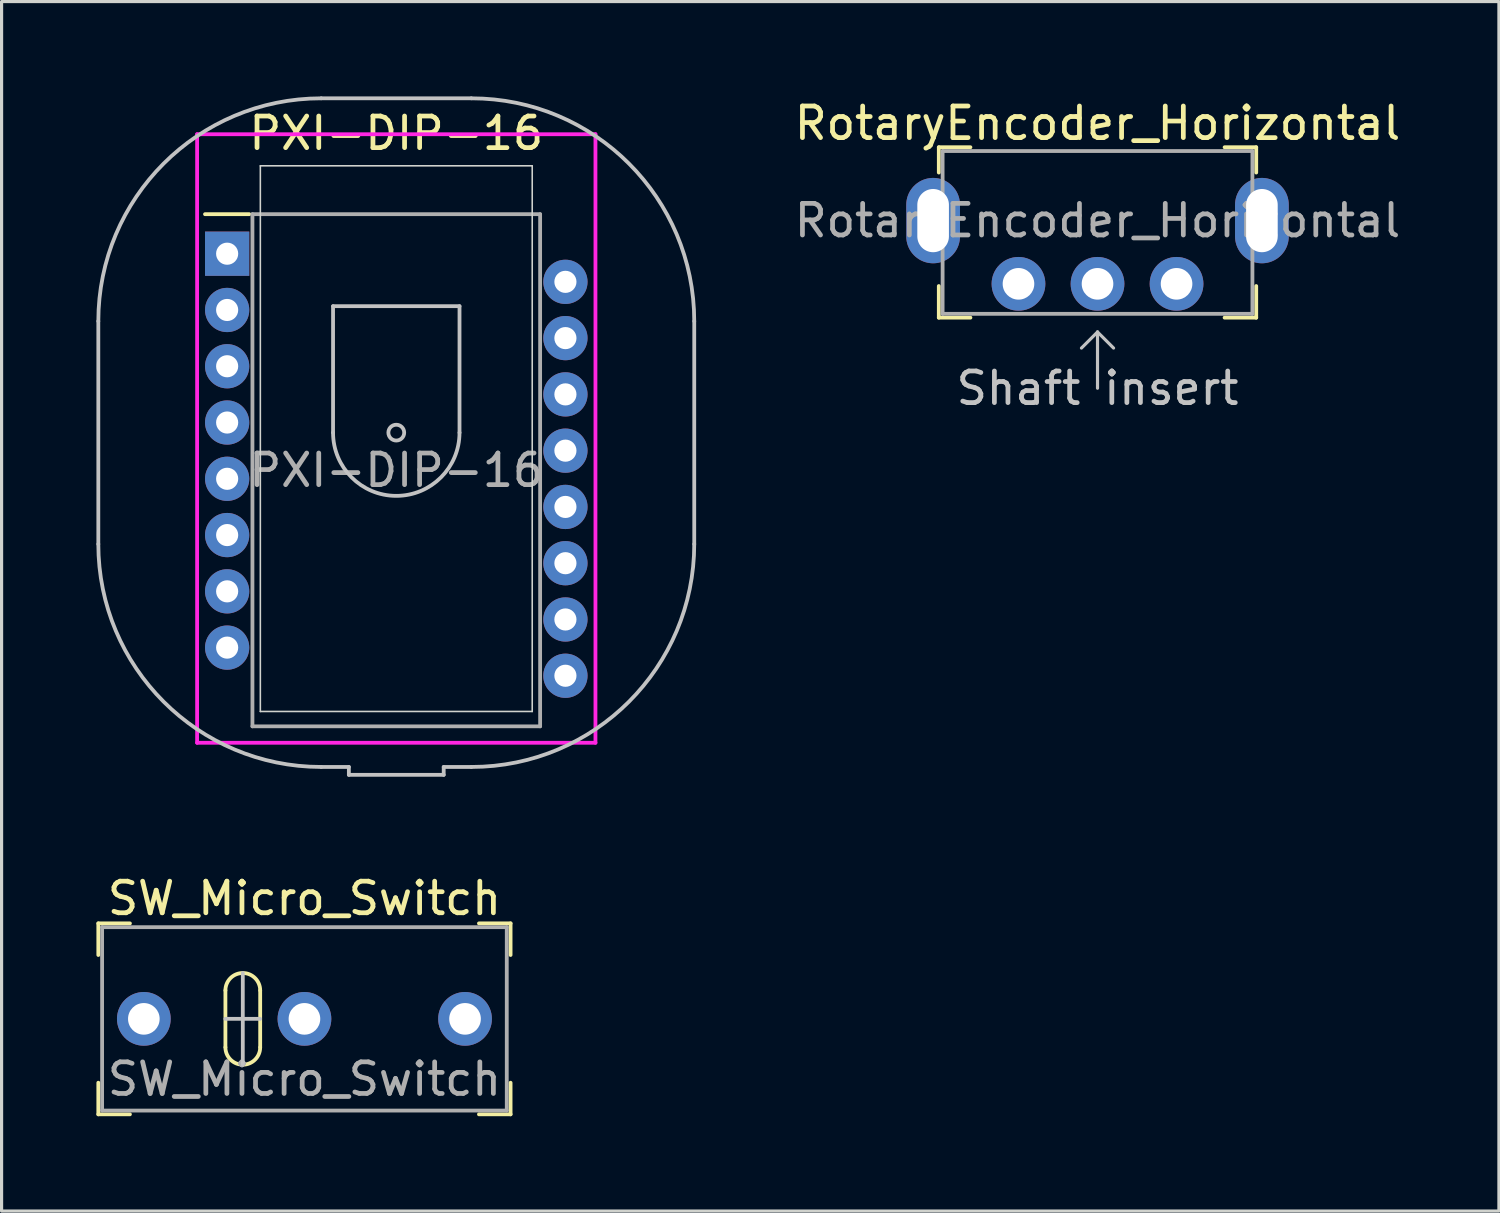
<source format=kicad_pcb>
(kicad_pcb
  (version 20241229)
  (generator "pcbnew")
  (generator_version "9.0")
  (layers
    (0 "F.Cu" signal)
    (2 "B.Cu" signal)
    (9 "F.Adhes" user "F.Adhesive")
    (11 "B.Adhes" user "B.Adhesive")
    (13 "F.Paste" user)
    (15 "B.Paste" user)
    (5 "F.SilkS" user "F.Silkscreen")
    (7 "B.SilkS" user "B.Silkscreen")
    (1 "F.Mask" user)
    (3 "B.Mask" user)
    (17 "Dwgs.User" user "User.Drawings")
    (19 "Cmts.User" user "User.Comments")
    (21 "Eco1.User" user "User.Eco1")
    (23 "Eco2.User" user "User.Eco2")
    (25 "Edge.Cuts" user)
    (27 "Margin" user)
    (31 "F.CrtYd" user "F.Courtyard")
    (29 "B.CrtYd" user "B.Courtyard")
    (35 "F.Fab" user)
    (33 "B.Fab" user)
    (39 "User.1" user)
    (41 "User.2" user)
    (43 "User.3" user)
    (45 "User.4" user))
  (footprint "PXI-DIP-16"
    (layer "F.Cu")
    (at 4.135 4.975)
    (property "Reference" "PXI-DIP-16" (at 5.35 -3.81 0) (layer "F.SilkS") (effects (font (size 1 1) (thickness 0.15))))
    (attr through_hole)
    (fp_line (start 0.7 -1.25) (end -0.7 -1.25) (stroke (width 0.12) (type solid)) (layer "F.SilkS"))
    (fp_line (start -4.075 9.185) (end -4.075 2.135) (stroke (width 0.12) (type solid)) (layer "Dwgs.User"))
    (fp_line (start 3.35 1.66) (end 7.35 1.66) (stroke (width 0.12) (type solid)) (layer "Dwgs.User"))
    (fp_line (start 3.35 5.66) (end 3.35 1.66) (stroke (width 0.12) (type solid)) (layer "Dwgs.User"))
    (fp_line (start 3.85 16.235) (end 2.975 16.235) (stroke (width 0.12) (type solid)) (layer "Dwgs.User"))
    (fp_line (start 3.85 16.485) (end 3.85 16.235) (stroke (width 0.12) (type solid)) (layer "Dwgs.User"))
    (fp_line (start 6.85 16.485) (end 3.85 16.485) (stroke (width 0.12) (type solid)) (layer "Dwgs.User"))
    (fp_line (start 6.85 16.485) (end 6.85 16.235) (stroke (width 0.12) (type solid)) (layer "Dwgs.User"))
    (fp_line (start 7.35 1.66) (end 7.35 5.66) (stroke (width 0.12) (type solid)) (layer "Dwgs.User"))
    (fp_line (start 7.725 -4.915) (end 2.975 -4.915) (stroke (width 0.12) (type solid)) (layer "Dwgs.User"))
    (fp_line (start 7.725 16.235) (end 6.85 16.235) (stroke (width 0.12) (type solid)) (layer "Dwgs.User"))
    (fp_line (start 14.775 9.185) (end 14.775 2.135) (stroke (width 0.12) (type solid)) (layer "Dwgs.User"))
    (fp_arc (start -4.075 2.135) (mid -2.010103 -2.850103) (end 2.975 -4.915) (stroke (width 0.12) (type solid)) (layer "Dwgs.User"))
    (fp_arc (start 2.975 16.235) (mid -2.010103 14.170103) (end -4.075 9.185) (stroke (width 0.12) (type solid)) (layer "Dwgs.User"))
    (fp_arc (start 7.35 5.66) (mid 5.35 7.66) (end 3.35 5.66) (stroke (width 0.12) (type solid)) (layer "Dwgs.User"))
    (fp_arc (start 7.725 -4.915) (mid 12.710103 -2.850103) (end 14.775 2.135) (stroke (width 0.12) (type solid)) (layer "Dwgs.User"))
    (fp_arc (start 14.775 9.185) (mid 12.710103 14.170103) (end 7.725 16.235) (stroke (width 0.12) (type solid)) (layer "Dwgs.User"))
    (fp_circle (center 5.35 5.66) (end 5.6 5.66) (stroke (width 0.12) (type solid)) (fill no) (layer "Dwgs.User"))
    (fp_line (start 1.05 -2.78) (end 9.65 -2.78) (stroke (width 0.05) (type solid)) (layer "Edge.Cuts"))
    (fp_line (start 1.05 14.48) (end 1.05 -2.78) (stroke (width 0.05) (type solid)) (layer "Edge.Cuts"))
    (fp_line (start 1.05 14.48) (end 9.65 14.48) (stroke (width 0.05) (type solid)) (layer "Edge.Cuts"))
    (fp_line (start 9.65 -2.78) (end 9.65 14.48) (stroke (width 0.05) (type solid)) (layer "Edge.Cuts"))
    (fp_line (start -0.95 -3.78) (end 11.65 -3.78) (stroke (width 0.12) (type solid)) (layer "F.CrtYd"))
    (fp_line (start -0.95 15.47) (end -0.95 -3.78) (stroke (width 0.12) (type solid)) (layer "F.CrtYd"))
    (fp_line (start 11.65 -3.78) (end 11.65 15.47) (stroke (width 0.12) (type solid)) (layer "F.CrtYd"))
    (fp_line (start 11.65 15.47) (end -0.95 15.47) (stroke (width 0.12) (type solid)) (layer "F.CrtYd"))
    (fp_line (start 0.8 -1.25) (end 9.9 -1.25) (stroke (width 0.12) (type solid)) (layer "F.Fab"))
    (fp_line (start 0.8 14.95) (end 0.8 -1.25) (stroke (width 0.12) (type solid)) (layer "F.Fab"))
    (fp_line (start 0.8 14.95) (end 9.9 14.95) (stroke (width 0.12) (type solid)) (layer "F.Fab"))
    (fp_line (start 9.9 -1.25) (end 9.9 14.95) (stroke (width 0.12) (type solid)) (layer "F.Fab"))
    (fp_text user "${REFERENCE}" (at 5.35 6.85 0) (layer "F.Fab") (effects (font (size 1 1) (thickness 0.15))))
    (pad "1" thru_hole rect (at 0 0) (size 1.4 1.4) (drill 0.7) (layers "*.Cu" "*.Mask"))
    (pad "2" thru_hole circle (at 0 1.78) (size 1.4 1.4) (drill 0.7) (layers "*.Cu" "*.Mask"))
    (pad "3" thru_hole circle (at 0 3.56) (size 1.4 1.4) (drill 0.7) (layers "*.Cu" "*.Mask"))
    (pad "4" thru_hole circle (at 0 5.34) (size 1.4 1.4) (drill 0.7) (layers "*.Cu" "*.Mask"))
    (pad "5" thru_hole circle (at 0 7.12) (size 1.4 1.4) (drill 0.7) (layers "*.Cu" "*.Mask"))
    (pad "6" thru_hole circle (at 0 8.9) (size 1.4 1.4) (drill 0.7) (layers "*.Cu" "*.Mask"))
    (pad "7" thru_hole circle (at 0 10.68) (size 1.4 1.4) (drill 0.7) (layers "*.Cu" "*.Mask"))
    (pad "8" thru_hole circle (at 0 12.46) (size 1.4 1.4) (drill 0.7) (layers "*.Cu" "*.Mask"))
    (pad "9" thru_hole circle (at 10.7 13.35) (size 1.4 1.4) (drill 0.7) (layers "*.Cu" "*.Mask"))
    (pad "10" thru_hole circle (at 10.7 11.57) (size 1.4 1.4) (drill 0.7) (layers "*.Cu" "*.Mask"))
    (pad "11" thru_hole circle (at 10.7 9.79) (size 1.4 1.4) (drill 0.7) (layers "*.Cu" "*.Mask"))
    (pad "12" thru_hole circle (at 10.7 8.01) (size 1.4 1.4) (drill 0.7) (layers "*.Cu" "*.Mask"))
    (pad "13" thru_hole circle (at 10.7 6.23) (size 1.4 1.4) (drill 0.7) (layers "*.Cu" "*.Mask"))
    (pad "14" thru_hole circle (at 10.7 4.45) (size 1.4 1.4) (drill 0.7) (layers "*.Cu" "*.Mask"))
    (pad "15" thru_hole circle (at 10.7 2.67) (size 1.4 1.4) (drill 0.7) (layers "*.Cu" "*.Mask"))
    (pad "16" thru_hole circle (at 10.7 0.89) (size 1.4 1.4) (drill 0.7) (layers "*.Cu" "*.Mask")))
  (footprint "RotaryEncoder_Horizontal"
    (layer "F.Cu")
    (at 31.666 5.928)
    (property "Reference" "RotaryEncoder_Horizontal" (at 0 -5.08 0) (layer "F.SilkS") (effects (font (size 1 1) (thickness 0.15))))
    (attr through_hole)
    (fp_line (start -5.02 -4.32) (end -5.02 -3.52) (stroke (width 0.12) (type solid)) (layer "F.SilkS"))
    (fp_line (start -5.02 -4.32) (end -4.02 -4.32) (stroke (width 0.12) (type solid)) (layer "F.SilkS"))
    (fp_line (start -5.02 1.07) (end -5.02 0.07) (stroke (width 0.12) (type solid)) (layer "F.SilkS"))
    (fp_line (start -5.02 1.07) (end -4.02 1.07) (stroke (width 0.12) (type solid)) (layer "F.SilkS"))
    (fp_line (start 5.02 -4.32) (end 4.02 -4.32) (stroke (width 0.12) (type solid)) (layer "F.SilkS"))
    (fp_line (start 5.02 -4.32) (end 5.02 -3.52) (stroke (width 0.12) (type solid)) (layer "F.SilkS"))
    (fp_line (start 5.02 1.07) (end 4.02 1.07) (stroke (width 0.12) (type solid)) (layer "F.SilkS"))
    (fp_line (start 5.02 1.07) (end 5.02 0.07) (stroke (width 0.12) (type solid)) (layer "F.SilkS"))
    (fp_line (start 0 1.524) (end -0.508 2.032) (stroke (width 0.1) (type solid)) (layer "Dwgs.User"))
    (fp_line (start 0 1.524) (end 0 3.302) (stroke (width 0.1) (type solid)) (layer "Dwgs.User"))
    (fp_line (start 0 1.524) (end 0.508 2.032) (stroke (width 0.1) (type solid)) (layer "Dwgs.User"))
    (fp_line (start -4.9 -4.2) (end 4.9 -4.2) (stroke (width 0.12) (type solid)) (layer "F.Fab"))
    (fp_line (start -4.9 0.95) (end -4.9 -4.2) (stroke (width 0.12) (type solid)) (layer "F.Fab"))
    (fp_line (start 4.9 -4.2) (end 4.9 0.95) (stroke (width 0.12) (type solid)) (layer "F.Fab"))
    (fp_line (start 4.9 0.95) (end -4.9 0.95) (stroke (width 0.12) (type solid)) (layer "F.Fab"))
    (fp_text user "Shaft insert" (at 0 3.302 0) (unlocked yes) (layer "Dwgs.User") (effects (font (size 1 1) (thickness 0.15))))
    (fp_text user "${REFERENCE}" (at 0 -2 0) (layer "F.Fab") (effects (font (size 1 1) (thickness 0.15))))
    (pad "A" thru_hole circle (at -2.5 0) (size 1.7 1.7) (drill 1) (layers "*.Cu" "*.Mask"))
    (pad "B" thru_hole circle (at 0 0) (size 1.7 1.7) (drill 1) (layers "*.Cu" "*.Mask"))
    (pad "C" thru_hole circle (at 2.5 0) (size 1.7 1.7) (drill 1) (layers "*.Cu" "*.Mask"))
    (pad "MP" thru_hole oval (at -5.2 -2 90) (size 2.7 1.7) (drill oval 2 1) (layers "*.Cu" "*.Mask"))
    (pad "MP" thru_hole oval (at 5.2 -2 90) (size 2.7 1.7) (drill oval 2 1) (layers "*.Cu" "*.Mask")))
  (footprint "SW_Micro_Switch"
    (layer "F.Cu")
    (at 6.58 29.178)
    (property "Reference" "SW_Micro_Switch" (at 0 -3.81 0) (layer "F.SilkS") (effects (font (size 1 1) (thickness 0.15))))
    (attr through_hole)
    (fp_line (start -6.52 -3.02) (end -6.52 -2.02) (stroke (width 0.12) (type solid)) (layer "F.SilkS"))
    (fp_line (start -6.52 -3.02) (end -5.52 -3.02) (stroke (width 0.12) (type solid)) (layer "F.SilkS"))
    (fp_line (start -6.52 3.02) (end -6.52 2.02) (stroke (width 0.12) (type solid)) (layer "F.SilkS"))
    (fp_line (start -6.52 3.02) (end -5.52 3.02) (stroke (width 0.12) (type solid)) (layer "F.SilkS"))
    (fp_line (start -2.5 0.9) (end -2.5 -0.9) (stroke (width 0.12) (type solid)) (layer "F.SilkS"))
    (fp_line (start -1.4 0.9) (end -1.4 -0.9) (stroke (width 0.12) (type solid)) (layer "F.SilkS"))
    (fp_line (start 6.52 -3.02) (end 5.52 -3.02) (stroke (width 0.12) (type solid)) (layer "F.SilkS"))
    (fp_line (start 6.52 -3.02) (end 6.52 -2.02) (stroke (width 0.12) (type solid)) (layer "F.SilkS"))
    (fp_line (start 6.52 3.02) (end 5.52 3.02) (stroke (width 0.12) (type solid)) (layer "F.SilkS"))
    (fp_line (start 6.52 3.02) (end 6.52 2.02) (stroke (width 0.12) (type solid)) (layer "F.SilkS"))
    (fp_arc (start -2.5 -0.9) (mid -1.95 -1.45) (end -1.4 -0.9) (stroke (width 0.12) (type solid)) (layer "F.SilkS"))
    (fp_arc (start -1.4 0.9) (mid -1.95 1.45) (end -2.5 0.9) (stroke (width 0.12) (type solid)) (layer "F.SilkS"))
    (fp_line (start -1.95 1.45) (end -1.95 -1.45) (stroke (width 0.12) (type solid)) (layer "Dwgs.User"))
    (fp_line (start -1.4 0) (end -2.5 0) (stroke (width 0.12) (type solid)) (layer "Dwgs.User"))
    (fp_line (start -6.4 -2.9) (end 6.4 -2.9) (stroke (width 0.12) (type solid)) (layer "F.Fab"))
    (fp_line (start -6.4 2.9) (end -6.4 -2.9) (stroke (width 0.12) (type solid)) (layer "F.Fab"))
    (fp_line (start 6.4 -2.9) (end 6.4 2.9) (stroke (width 0.12) (type solid)) (layer "F.Fab"))
    (fp_line (start 6.4 2.9) (end -6.4 2.9) (stroke (width 0.12) (type solid)) (layer "F.Fab"))
    (fp_text user "${REFERENCE}" (at 0 1.905 0) (layer "F.Fab") (effects (font (size 1 1) (thickness 0.15))))
    (pad "1" thru_hole circle (at -5.08 0) (size 1.7 1.7) (drill 1) (layers "*.Cu" "*.Mask"))
    (pad "2" thru_hole circle (at 0 0) (size 1.7 1.7) (drill 1) (layers "*.Cu" "*.Mask"))
    (pad "3" thru_hole circle (at 5.08 0) (size 1.7 1.7) (drill 1) (layers "*.Cu" "*.Mask")))
  (gr_rect
    (start -3 -3)
    (end 44.363 35.258)
    (stroke (width 0.1) (type default))
    (fill no)
    (layer "Edge.Cuts")))
</source>
